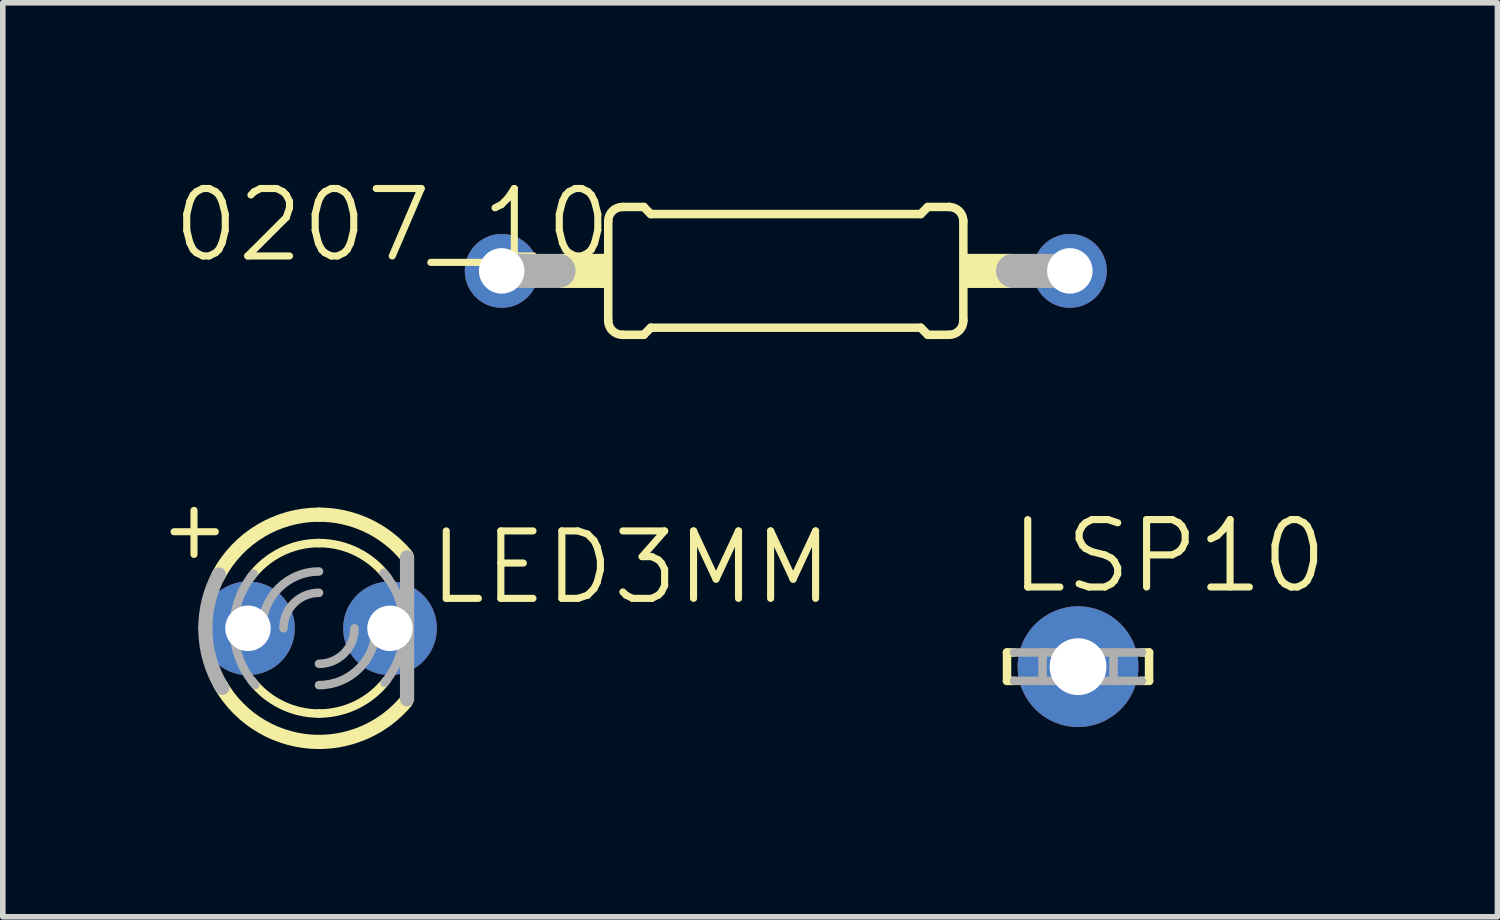
<source format=kicad_pcb>
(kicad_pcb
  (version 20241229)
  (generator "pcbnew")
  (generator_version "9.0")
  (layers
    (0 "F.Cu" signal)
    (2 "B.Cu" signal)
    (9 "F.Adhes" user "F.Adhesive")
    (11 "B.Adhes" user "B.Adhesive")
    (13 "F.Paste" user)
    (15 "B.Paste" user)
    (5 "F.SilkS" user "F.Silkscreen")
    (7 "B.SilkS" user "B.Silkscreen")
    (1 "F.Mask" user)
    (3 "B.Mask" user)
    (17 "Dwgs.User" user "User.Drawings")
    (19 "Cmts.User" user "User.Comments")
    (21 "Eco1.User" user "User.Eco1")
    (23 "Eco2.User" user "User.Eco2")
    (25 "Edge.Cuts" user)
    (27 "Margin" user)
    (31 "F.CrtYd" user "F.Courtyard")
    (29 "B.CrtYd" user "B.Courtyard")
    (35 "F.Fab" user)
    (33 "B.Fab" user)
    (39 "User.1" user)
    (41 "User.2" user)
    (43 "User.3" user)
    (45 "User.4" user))
  (footprint "0207_10"
    (layer "F.Cu")
    (at 11.001 1.794)
    (property "Reference" "0207_10" (at -3.048 -1.524 0) (layer "F.SilkS") (effects (font (size 1.206 1.206) (thickness 0.127)) (justify right top)))
    (attr through_hole)
    (fp_line (start -3.175 0.889) (end -3.175 -0.889) (stroke (width 0.152) (type solid)) (layer "F.SilkS"))
    (fp_line (start -2.921 -1.143) (end -2.54 -1.143) (stroke (width 0.152) (type solid)) (layer "F.SilkS"))
    (fp_line (start -2.921 1.143) (end -2.54 1.143) (stroke (width 0.152) (type solid)) (layer "F.SilkS"))
    (fp_line (start -2.413 -1.016) (end -2.54 -1.143) (stroke (width 0.152) (type solid)) (layer "F.SilkS"))
    (fp_line (start -2.413 1.016) (end -2.54 1.143) (stroke (width 0.152) (type solid)) (layer "F.SilkS"))
    (fp_line (start 2.413 -1.016) (end -2.413 -1.016) (stroke (width 0.152) (type solid)) (layer "F.SilkS"))
    (fp_line (start 2.413 -1.016) (end 2.54 -1.143) (stroke (width 0.152) (type solid)) (layer "F.SilkS"))
    (fp_line (start 2.413 1.016) (end -2.413 1.016) (stroke (width 0.152) (type solid)) (layer "F.SilkS"))
    (fp_line (start 2.413 1.016) (end 2.54 1.143) (stroke (width 0.152) (type solid)) (layer "F.SilkS"))
    (fp_line (start 2.921 -1.143) (end 2.54 -1.143) (stroke (width 0.152) (type solid)) (layer "F.SilkS"))
    (fp_line (start 2.921 1.143) (end 2.54 1.143) (stroke (width 0.152) (type solid)) (layer "F.SilkS"))
    (fp_line (start 3.175 0.889) (end 3.175 -0.889) (stroke (width 0.152) (type solid)) (layer "F.SilkS"))
    (fp_arc (start -3.175 -0.889) (mid -3.100605 -1.068605) (end -2.921 -1.143) (stroke (width 0.1524) (type solid)) (layer "F.SilkS"))
    (fp_arc (start -2.921 1.143) (mid -3.100605 1.068605) (end -3.175 0.889) (stroke (width 0.1524) (type solid)) (layer "F.SilkS"))
    (fp_arc (start 2.921 -1.143) (mid 3.100605 -1.068605) (end 3.175 -0.889) (stroke (width 0.1524) (type solid)) (layer "F.SilkS"))
    (fp_arc (start 3.175 0.889) (mid 3.100605 1.068605) (end 2.921 1.143) (stroke (width 0.1524) (type solid)) (layer "F.SilkS"))
    (fp_poly (pts (xy -4.039 0.305) (xy -3.175 0.305) (xy -3.175 -0.305) (xy -4.039 -0.305)) (stroke (width 0) (type solid)) (fill yes) (layer "F.SilkS"))
    (fp_poly (pts (xy 3.175 0.305) (xy 4.039 0.305) (xy 4.039 -0.305) (xy 3.175 -0.305)) (stroke (width 0) (type solid)) (fill yes) (layer "F.SilkS"))
    (fp_line (start -5.08 0) (end -4.064 0) (stroke (width 0.61) (type solid)) (layer "F.Fab"))
    (fp_line (start 5.08 0) (end 4.064 0) (stroke (width 0.61) (type solid)) (layer "F.Fab"))
    (pad "1" thru_hole circle (at -5.08 0) (size 1.321 1.321) (drill 0.813) (layers "*.Cu" "*.Mask"))
    (pad "2" thru_hole circle (at 5.08 0) (size 1.321 1.321) (drill 0.813) (layers "*.Cu" "*.Mask")))
  (footprint "LED3MM"
    (layer "F.Cu")
    (at 2.654 8.185)
    (property "Reference" "LED3MM" (at 1.905 -0.381 0) (layer "F.SilkS") (effects (font (size 1.206 1.206) (thickness 0.127)) (justify left bottom)))
    (attr through_hole)
    (fp_line (start -2.591 -1.727) (end -1.854 -1.727) (stroke (width 0.127) (type solid)) (layer "F.SilkS"))
    (fp_line (start -2.235 -1.321) (end -2.235 -2.108) (stroke (width 0.127) (type solid)) (layer "F.SilkS"))
    (fp_arc (start -1.7929 -0.9562) (mid -1.045438 -1.7424) (end 0 -2.032) (stroke (width 0.254) (type solid)) (layer "F.SilkS"))
    (fp_arc (start -1.2192 -0.9144) (mid -0.681554 -1.363107) (end 0 -1.524) (stroke (width 0.1524) (type solid)) (layer "F.SilkS"))
    (fp_arc (start 0 -2.032) (mid 0.861864 -1.840173) (end 1.561 -1.3009) (stroke (width 0.254) (type solid)) (layer "F.SilkS"))
    (fp_arc (start 0 -1.524) (mid 0.697339 -1.355082) (end 1.2401 -0.885801) (stroke (width 0.1524) (type solid)) (layer "F.SilkS"))
    (fp_arc (start 0 1.524) (mid -0.669593 1.369018) (end -1.203 0.9356) (stroke (width 0.1524) (type solid)) (layer "F.SilkS"))
    (fp_arc (start 0 2.032) (mid -1.019924 1.757525) (end -1.7643 1.0082) (stroke (width 0.254) (type solid)) (layer "F.SilkS"))
    (fp_arc (start 1.203 0.9356) (mid 0.669593 1.369018) (end 0 1.524) (stroke (width 0.1524) (type solid)) (layer "F.SilkS"))
    (fp_arc (start 1.5512 1.3126) (mid 0.854953 1.843405) (end 0 2.032) (stroke (width 0.254) (type solid)) (layer "F.SilkS"))
    (fp_line (start 1.575 1.27) (end 1.575 -1.27) (stroke (width 0.254) (type solid)) (layer "F.Fab"))
    (fp_arc (start -2.032 0) (mid -1.970339 -0.496775) (end -1.7891 -0.9634) (stroke (width 0.254) (type solid)) (layer "F.Fab"))
    (fp_arc (start -1.7306 1.065) (mid -1.95521 0.553417) (end -2.032 0) (stroke (width 0.254) (type solid)) (layer "F.Fab"))
    (fp_arc (start -1.524 0) (mid -1.432981 -0.518783) (end -1.1708 -0.9756) (stroke (width 0.1524) (type solid)) (layer "F.Fab"))
    (fp_arc (start -1.1391 1.0125) (mid -1.42454 0.5416) (end -1.524 0) (stroke (width 0.1524) (type solid)) (layer "F.Fab"))
    (fp_arc (start -1.016 0) (mid -0.71842 -0.71842) (end 0 -1.016) (stroke (width 0.1524) (type solid)) (layer "F.Fab"))
    (fp_arc (start -0.635 0) (mid -0.449013 -0.449013) (end 0 -0.635) (stroke (width 0.1524) (type solid)) (layer "F.Fab"))
    (fp_arc (start 0.635 0) (mid 0.449013 0.449013) (end 0 0.635) (stroke (width 0.1524) (type solid)) (layer "F.Fab"))
    (fp_arc (start 1.016 0) (mid 0.71842 0.71842) (end 0 1.016) (stroke (width 0.1524) (type solid)) (layer "F.Fab"))
    (fp_arc (start 1.1571 -0.9918) (mid 1.429332 -0.528744) (end 1.524 0) (stroke (width 0.1524) (type solid)) (layer "F.Fab"))
    (fp_arc (start 1.524 0) (mid 1.432981 0.518783) (end 1.1708 0.9756) (stroke (width 0.1524) (type solid)) (layer "F.Fab"))
    (pad "A" thru_hole circle (at -1.27 0) (size 1.676 1.676) (drill 0.813) (layers "*.Cu" "*.Mask"))
    (pad "K" thru_hole circle (at 1.27 0) (size 1.676 1.676) (drill 0.813) (layers "*.Cu" "*.Mask")))
  (footprint "LSP10"
    (layer "F.Cu")
    (at 16.227 8.871)
    (property "Reference" "LSP10" (at -1.27 -1.27 0) (layer "F.SilkS") (effects (font (size 1.206 1.206) (thickness 0.127)) (justify left bottom)))
    (attr through_hole)
    (fp_line (start -1.27 -0.254) (end -1.27 0.254) (stroke (width 0.152) (type solid)) (layer "F.SilkS"))
    (fp_line (start -1.27 -0.254) (end -1.143 -0.254) (stroke (width 0.152) (type solid)) (layer "F.SilkS"))
    (fp_line (start -1.27 0.254) (end -1.143 0.254) (stroke (width 0.152) (type solid)) (layer "F.SilkS"))
    (fp_line (start 1.27 -0.254) (end 1.143 -0.254) (stroke (width 0.152) (type solid)) (layer "F.SilkS"))
    (fp_line (start 1.27 -0.254) (end 1.27 0.254) (stroke (width 0.152) (type solid)) (layer "F.SilkS"))
    (fp_line (start 1.27 0.254) (end 1.143 0.254) (stroke (width 0.152) (type solid)) (layer "F.SilkS"))
    (fp_line (start -1.143 0.254) (end -0.635 0.254) (stroke (width 0.152) (type solid)) (layer "F.Fab"))
    (fp_line (start -0.635 -0.254) (end -1.143 -0.254) (stroke (width 0.152) (type solid)) (layer "F.Fab"))
    (fp_line (start -0.635 -0.254) (end -0.635 0.254) (stroke (width 0.152) (type solid)) (layer "F.Fab"))
    (fp_line (start -0.635 0.254) (end 0.635 0.254) (stroke (width 0.152) (type solid)) (layer "F.Fab"))
    (fp_line (start 0.635 -0.254) (end -0.635 -0.254) (stroke (width 0.152) (type solid)) (layer "F.Fab"))
    (fp_line (start 0.635 -0.254) (end 0.635 0.254) (stroke (width 0.152) (type solid)) (layer "F.Fab"))
    (fp_line (start 0.635 0.254) (end 1.143 0.254) (stroke (width 0.152) (type solid)) (layer "F.Fab"))
    (fp_line (start 1.143 -0.254) (end 0.635 -0.254) (stroke (width 0.152) (type solid)) (layer "F.Fab"))
    (pad "MP" thru_hole circle (at 0 0) (size 2.159 2.159) (drill 1.016) (layers "*.Cu" "*.Mask")))
  (gr_rect
    (start -3 -3)
    (end 23.727 13.344)
    (stroke (width 0.1) (type default))
    (fill no)
    (layer "Edge.Cuts")))
</source>
